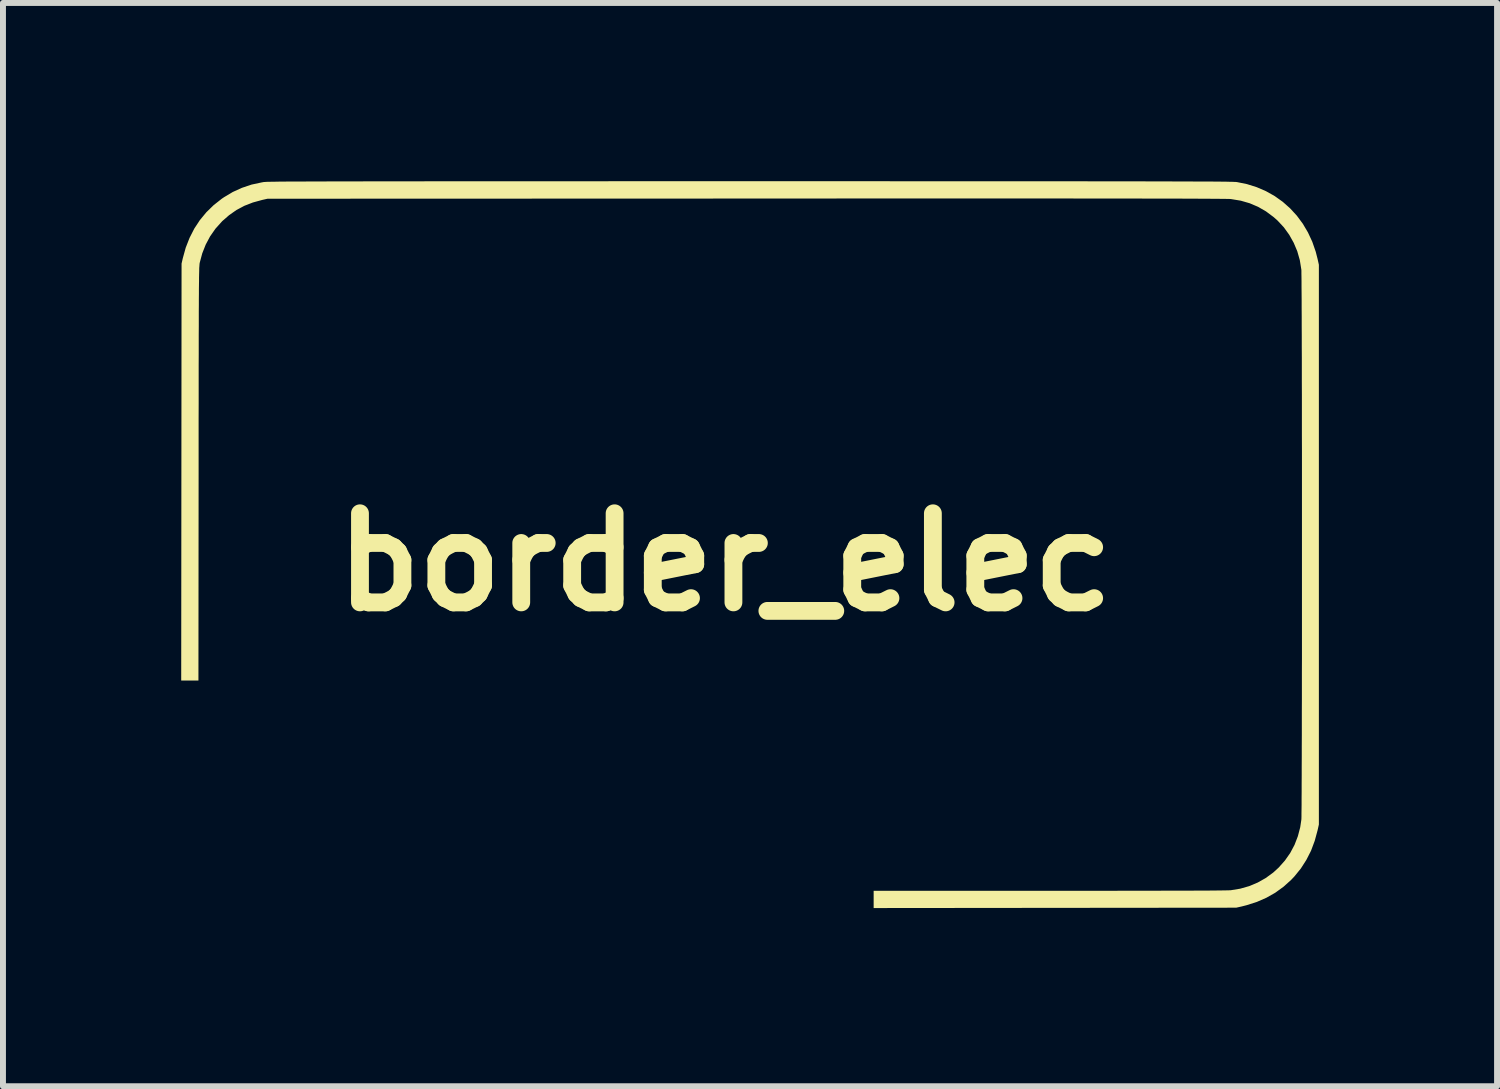
<source format=kicad_pcb>
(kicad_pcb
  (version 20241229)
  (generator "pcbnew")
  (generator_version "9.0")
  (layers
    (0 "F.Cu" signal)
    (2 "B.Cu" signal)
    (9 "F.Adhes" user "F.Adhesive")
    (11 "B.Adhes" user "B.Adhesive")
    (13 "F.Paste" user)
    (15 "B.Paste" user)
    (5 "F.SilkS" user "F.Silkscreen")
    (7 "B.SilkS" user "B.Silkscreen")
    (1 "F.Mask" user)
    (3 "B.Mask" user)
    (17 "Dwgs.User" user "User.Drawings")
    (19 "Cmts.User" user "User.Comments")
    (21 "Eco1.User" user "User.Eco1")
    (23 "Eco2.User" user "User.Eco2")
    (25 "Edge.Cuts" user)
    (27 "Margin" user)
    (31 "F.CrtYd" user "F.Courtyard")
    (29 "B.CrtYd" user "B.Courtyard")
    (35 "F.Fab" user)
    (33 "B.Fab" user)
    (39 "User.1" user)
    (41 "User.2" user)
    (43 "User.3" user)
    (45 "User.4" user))
  (footprint "border_elec"
    (layer "F.Cu")
    (at 9.152 6.411)
    (property "Reference" "border_elec" (at 0 0 0) (layer "F.SilkS") (effects (font (size 1.5 1.5) (thickness 0.3))))
    (attr board_only exclude_from_pos_files exclude_from_bom)
    (fp_poly (pts (xy 0.897 -6.411) (xy 1.35 -6.411) (xy 1.785 -6.411) (xy 2.203 -6.411) (xy 2.603 -6.411) (xy 2.987 -6.41) (xy 3.354 -6.41) (xy 3.705 -6.41) (xy 4.04 -6.41) (xy 4.36 -6.41) (xy 4.665 -6.41) (xy 4.955 -6.41) (xy 5.23 -6.41) (xy 5.492 -6.41) (xy 5.74 -6.41) (xy 5.974 -6.41) (xy 6.196 -6.409) (xy 6.405 -6.409) (xy 6.602 -6.409) (xy 6.787 -6.409) (xy 6.961 -6.409) (xy 7.123 -6.408) (xy 7.275 -6.408) (xy 7.416 -6.408) (xy 7.547 -6.407) (xy 7.669 -6.407) (xy 7.781 -6.407) (xy 7.884 -6.406) (xy 7.979 -6.406) (xy 8.066 -6.406) (xy 8.144 -6.405) (xy 8.215 -6.405) (xy 8.279 -6.404) (xy 8.336 -6.404) (xy 8.387 -6.403) (xy 8.431 -6.403) (xy 8.47 -6.402) (xy 8.503 -6.401) (xy 8.531 -6.401) (xy 8.555 -6.4) (xy 8.575 -6.399) (xy 8.59 -6.399) (xy 8.602 -6.398) (xy 8.611 -6.397) (xy 8.615 -6.397) (xy 8.787 -6.362) (xy 8.952 -6.31) (xy 9.107 -6.243) (xy 9.253 -6.161) (xy 9.389 -6.064) (xy 9.513 -5.954) (xy 9.626 -5.831) (xy 9.726 -5.696) (xy 9.813 -5.549) (xy 9.886 -5.392) (xy 9.944 -5.224) (xy 9.975 -5.103) (xy 9.997 -5.005) (xy 9.997 -0.294) (xy 9.997 4.417) (xy 9.975 4.515) (xy 9.927 4.692) (xy 9.865 4.858) (xy 9.786 5.013) (xy 9.693 5.158) (xy 9.585 5.291) (xy 9.529 5.35) (xy 9.401 5.465) (xy 9.263 5.565) (xy 9.113 5.65) (xy 8.953 5.72) (xy 8.781 5.775) (xy 8.699 5.796) (xy 8.605 5.817) (xy 5.554 5.82) (xy 2.503 5.823) (xy 2.503 5.678) (xy 2.503 5.533) (xy 5.463 5.533) (xy 5.787 5.533) (xy 6.092 5.533) (xy 6.379 5.533) (xy 6.648 5.532) (xy 6.898 5.532) (xy 7.129 5.532) (xy 7.343 5.531) (xy 7.538 5.531) (xy 7.716 5.53) (xy 7.875 5.53) (xy 8.017 5.529) (xy 8.141 5.529) (xy 8.247 5.528) (xy 8.335 5.527) (xy 8.406 5.526) (xy 8.46 5.525) (xy 8.496 5.524) (xy 8.515 5.523) (xy 8.673 5.497) (xy 8.824 5.454) (xy 8.967 5.394) (xy 9.102 5.318) (xy 9.228 5.226) (xy 9.32 5.142) (xy 9.425 5.024) (xy 9.514 4.897) (xy 9.587 4.76) (xy 9.643 4.615) (xy 9.683 4.463) (xy 9.702 4.336) (xy 9.703 4.319) (xy 9.704 4.284) (xy 9.704 4.233) (xy 9.705 4.164) (xy 9.706 4.08) (xy 9.706 3.98) (xy 9.707 3.866) (xy 9.707 3.739) (xy 9.708 3.598) (xy 9.708 3.445) (xy 9.709 3.28) (xy 9.709 3.104) (xy 9.71 2.918) (xy 9.71 2.722) (xy 9.71 2.518) (xy 9.711 2.305) (xy 9.711 2.085) (xy 9.711 1.857) (xy 9.712 1.624) (xy 9.712 1.386) (xy 9.712 1.143) (xy 9.712 0.896) (xy 9.712 0.645) (xy 9.712 0.392) (xy 9.712 0.137) (xy 9.712 -0.119) (xy 9.712 -0.376) (xy 9.712 -0.632) (xy 9.712 -0.887) (xy 9.712 -1.141) (xy 9.712 -1.393) (xy 9.712 -1.641) (xy 9.712 -1.886) (xy 9.711 -2.126) (xy 9.711 -2.362) (xy 9.711 -2.591) (xy 9.711 -2.814) (xy 9.71 -3.03) (xy 9.71 -3.237) (xy 9.71 -3.437) (xy 9.709 -3.626) (xy 9.709 -3.806) (xy 9.708 -3.975) (xy 9.708 -4.133) (xy 9.707 -4.279) (xy 9.707 -4.412) (xy 9.706 -4.531) (xy 9.705 -4.636) (xy 9.705 -4.726) (xy 9.704 -4.801) (xy 9.703 -4.859) (xy 9.703 -4.9) (xy 9.702 -4.924) (xy 9.701 -4.928) (xy 9.676 -5.083) (xy 9.633 -5.233) (xy 9.573 -5.375) (xy 9.498 -5.509) (xy 9.408 -5.634) (xy 9.303 -5.747) (xy 9.234 -5.808) (xy 9.107 -5.903) (xy 8.973 -5.98) (xy 8.832 -6.04) (xy 8.683 -6.083) (xy 8.526 -6.109) (xy 8.507 -6.111) (xy 8.495 -6.112) (xy 8.474 -6.113) (xy 8.442 -6.113) (xy 8.4 -6.114) (xy 8.347 -6.114) (xy 8.283 -6.115) (xy 8.207 -6.115) (xy 8.121 -6.116) (xy 8.022 -6.116) (xy 7.912 -6.117) (xy 7.789 -6.117) (xy 7.654 -6.118) (xy 7.506 -6.118) (xy 7.345 -6.118) (xy 7.171 -6.118) (xy 6.983 -6.119) (xy 6.782 -6.119) (xy 6.566 -6.119) (xy 6.337 -6.119) (xy 6.092 -6.119) (xy 5.833 -6.12) (xy 5.559 -6.12) (xy 5.27 -6.12) (xy 4.965 -6.12) (xy 4.644 -6.12) (xy 4.307 -6.12) (xy 3.954 -6.12) (xy 3.584 -6.12) (xy 3.198 -6.12) (xy 2.794 -6.12) (xy 2.373 -6.12) (xy 1.935 -6.12) (xy 1.478 -6.119) (xy 1.004 -6.119) (xy 0.511 -6.119) (xy 0.35 -6.119) (xy -7.699 -6.116) (xy -7.788 -6.096) (xy -7.945 -6.053) (xy -8.089 -5.997) (xy -8.222 -5.926) (xy -8.345 -5.84) (xy -8.461 -5.739) (xy -8.47 -5.729) (xy -8.576 -5.611) (xy -8.666 -5.482) (xy -8.74 -5.343) (xy -8.798 -5.196) (xy -8.84 -5.04) (xy -8.84 -5.038) (xy -8.842 -5.03) (xy -8.843 -5.021) (xy -8.844 -5.01) (xy -8.845 -4.997) (xy -8.846 -4.98) (xy -8.848 -4.959) (xy -8.849 -4.935) (xy -8.849 -4.905) (xy -8.85 -4.87) (xy -8.851 -4.83) (xy -8.852 -4.782) (xy -8.852 -4.728) (xy -8.853 -4.665) (xy -8.854 -4.595) (xy -8.854 -4.516) (xy -8.855 -4.427) (xy -8.855 -4.329) (xy -8.856 -4.22) (xy -8.856 -4.099) (xy -8.856 -3.968) (xy -8.857 -3.824) (xy -8.857 -3.667) (xy -8.857 -3.497) (xy -8.858 -3.312) (xy -8.858 -3.114) (xy -8.858 -2.9) (xy -8.858 -2.671) (xy -8.859 -2.425) (xy -8.859 -2.163) (xy -8.859 -1.883) (xy -8.859 -1.586) (xy -8.859 -1.482) (xy -8.862 1.994) (xy -9.007 1.994) (xy -9.152 1.994) (xy -9.149 -1.515) (xy -9.146 -5.024) (xy -9.125 -5.115) (xy -9.076 -5.292) (xy -9.011 -5.458) (xy -8.932 -5.613) (xy -8.838 -5.756) (xy -8.729 -5.888) (xy -8.606 -6.008) (xy -8.469 -6.116) (xy -8.432 -6.141) (xy -8.285 -6.229) (xy -8.131 -6.299) (xy -7.968 -6.354) (xy -7.796 -6.391) (xy -7.762 -6.397) (xy -7.756 -6.398) (xy -7.745 -6.398) (xy -7.731 -6.399) (xy -7.714 -6.4) (xy -7.691 -6.401) (xy -7.664 -6.401) (xy -7.632 -6.402) (xy -7.595 -6.402) (xy -7.551 -6.403) (xy -7.502 -6.404) (xy -7.446 -6.404) (xy -7.383 -6.405) (xy -7.313 -6.405) (xy -7.236 -6.405) (xy -7.15 -6.406) (xy -7.056 -6.406) (xy -6.954 -6.407) (xy -6.842 -6.407) (xy -6.722 -6.407) (xy -6.591 -6.408) (xy -6.451 -6.408) (xy -6.299 -6.408) (xy -6.138 -6.408) (xy -5.965 -6.409) (xy -5.78 -6.409) (xy -5.584 -6.409) (xy -5.375 -6.409) (xy -5.154 -6.409) (xy -4.92 -6.41) (xy -4.673 -6.41) (xy -4.412 -6.41) (xy -4.136 -6.41) (xy -3.847 -6.41) (xy -3.543 -6.41) (xy -3.224 -6.41) (xy -2.889 -6.41) (xy -2.539 -6.41) (xy -2.172 -6.41) (xy -1.789 -6.411) (xy -1.389 -6.411) (xy -0.972 -6.411) (xy -0.537 -6.411) (xy -0.085 -6.411) (xy 0.386 -6.411) (xy 0.425 -6.411)) (stroke (width 0) (type solid)) (fill yes) (layer "F.SilkS")))
  (gr_rect
    (start -3 -3)
    (end 22.148 15.233)
    (stroke (width 0.1) (type default))
    (fill no)
    (layer "Edge.Cuts")))
</source>
